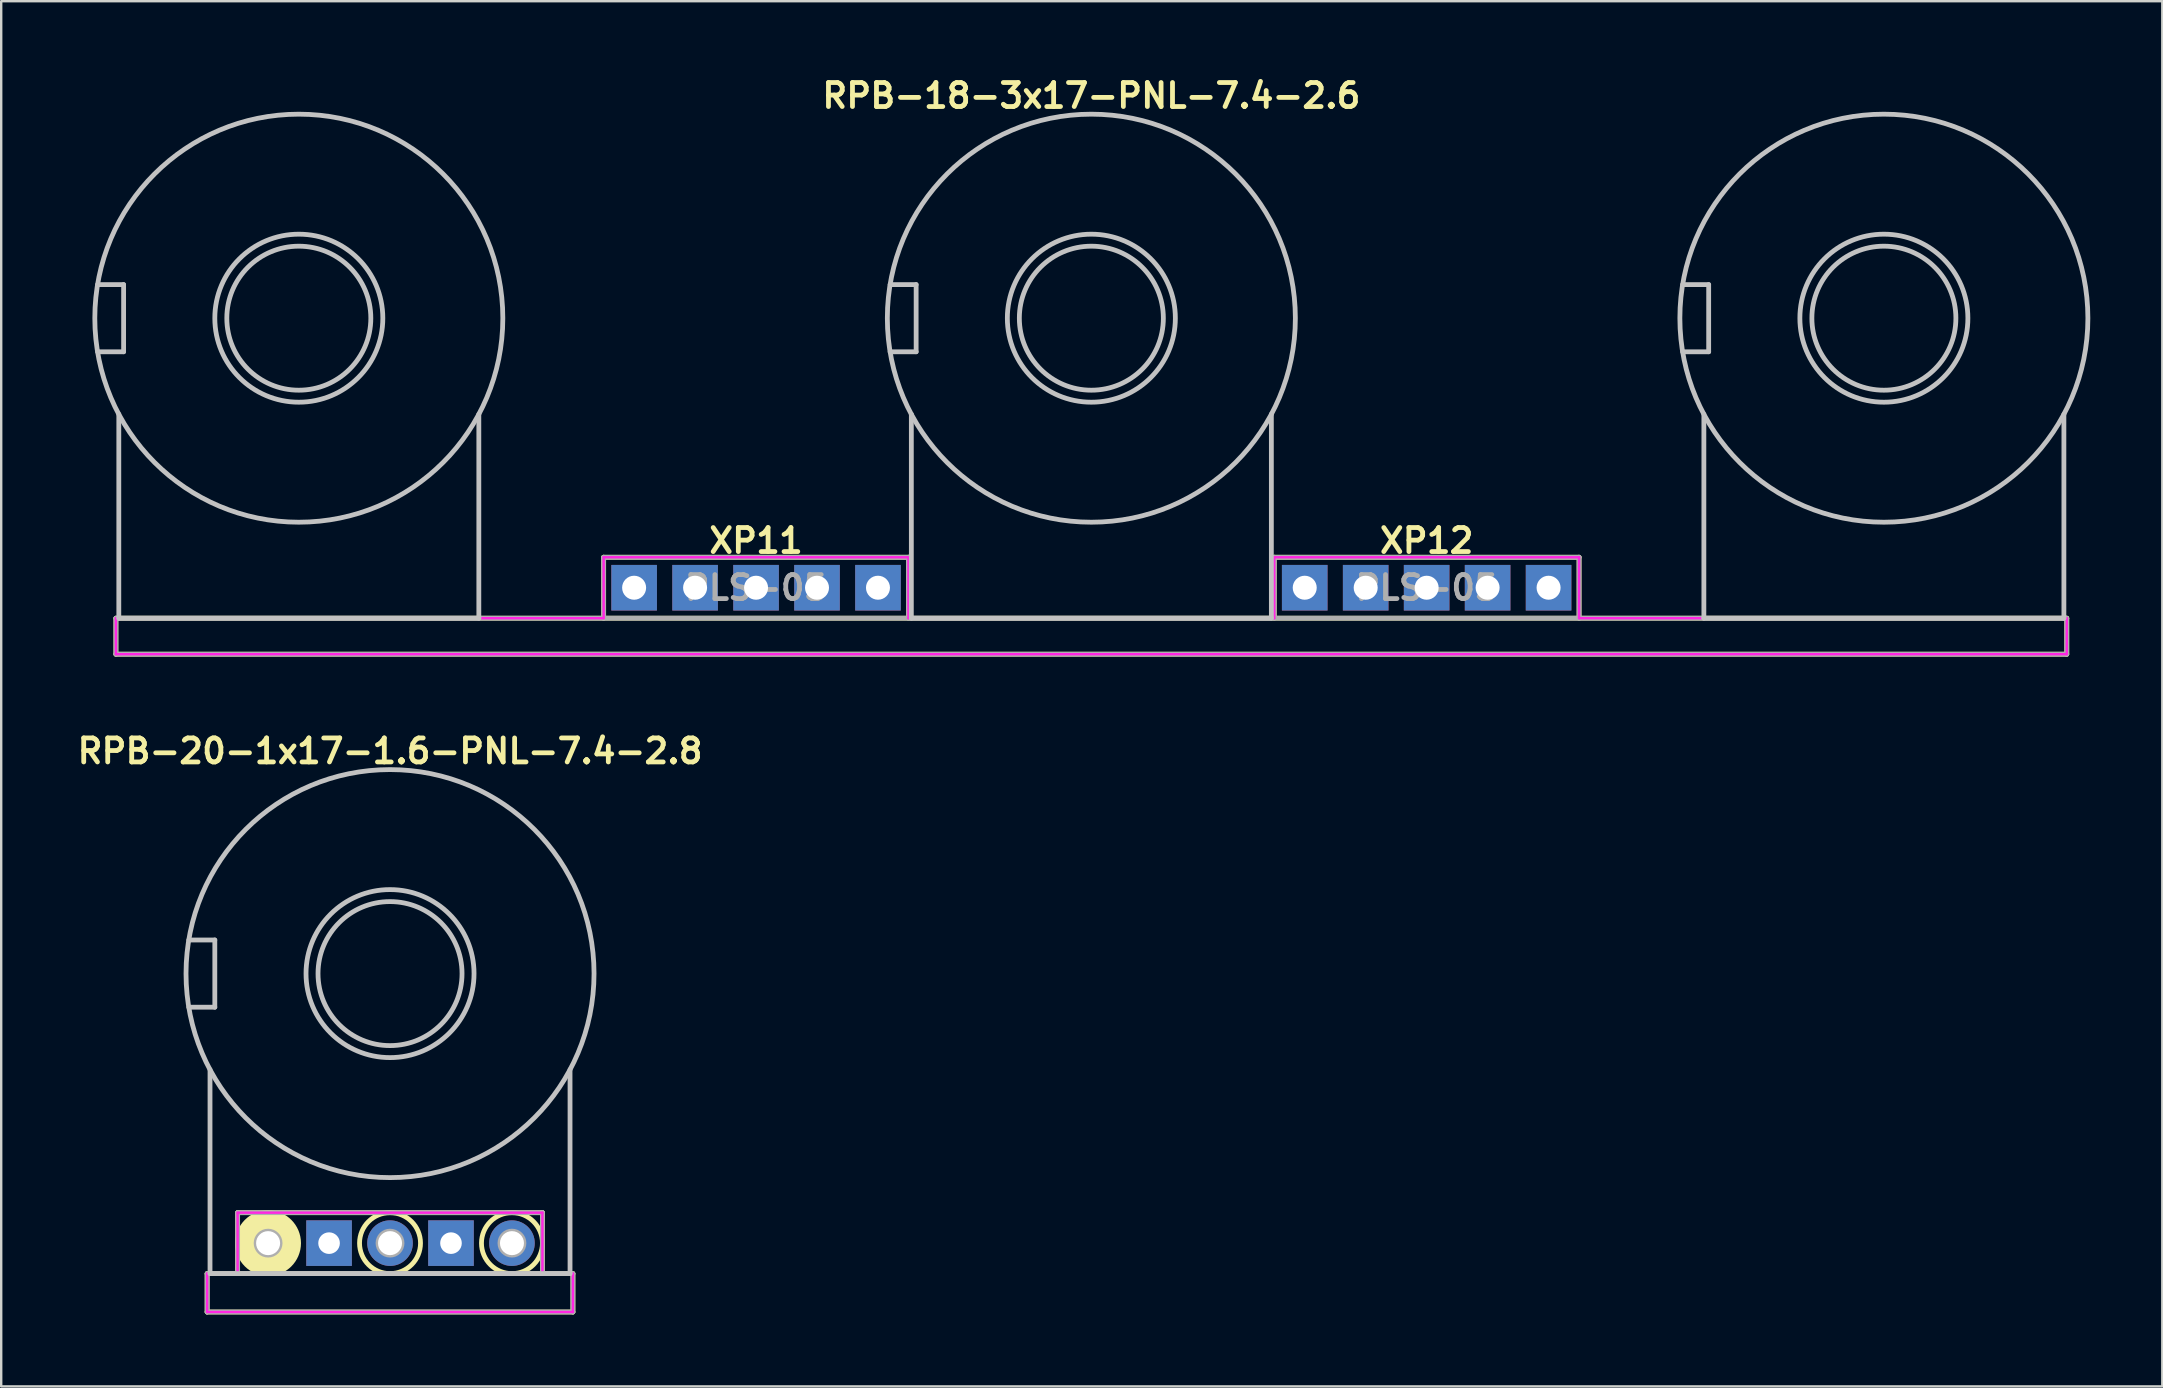
<source format=kicad_pcb>
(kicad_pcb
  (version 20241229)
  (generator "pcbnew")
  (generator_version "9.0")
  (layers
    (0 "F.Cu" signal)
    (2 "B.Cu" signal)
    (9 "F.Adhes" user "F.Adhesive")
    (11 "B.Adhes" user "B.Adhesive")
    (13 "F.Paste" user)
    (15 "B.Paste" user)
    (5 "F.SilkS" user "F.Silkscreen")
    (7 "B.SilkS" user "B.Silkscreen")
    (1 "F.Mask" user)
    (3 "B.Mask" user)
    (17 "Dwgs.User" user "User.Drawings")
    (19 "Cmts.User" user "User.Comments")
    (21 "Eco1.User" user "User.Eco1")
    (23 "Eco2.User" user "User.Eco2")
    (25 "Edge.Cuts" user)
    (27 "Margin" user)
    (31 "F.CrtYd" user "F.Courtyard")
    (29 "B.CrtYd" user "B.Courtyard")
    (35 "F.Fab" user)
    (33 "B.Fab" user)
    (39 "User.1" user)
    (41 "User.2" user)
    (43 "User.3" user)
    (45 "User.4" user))
  (footprint "RPB-20-1x17-1.6-PNL-7.4-2.8"
    (layer "F.Cu")
    (at 13.2 37.514)
    (property "Reference" "RPB-20-1x17-1.6-PNL-7.4-2.8" (at 0 -9.271 0) (layer "F.SilkS") (effects (font (size 1 1) (thickness 0.2))))
    (attr through_hole)
    (fp_line (start -7.62 12.5) (end -7.62 14.1) (stroke (width 0.2) (type solid)) (layer "F.SilkS"))
    (fp_line (start -7.62 12.5) (end 7.62 12.5) (stroke (width 0.2) (type solid)) (layer "F.SilkS"))
    (fp_line (start -7.62 14.1) (end 7.62 14.1) (stroke (width 0.2) (type solid)) (layer "F.SilkS"))
    (fp_line (start -6.35 9.96) (end -6.35 12.5) (stroke (width 0.2) (type solid)) (layer "F.SilkS"))
    (fp_line (start -6.35 9.96) (end 6.35 9.96) (stroke (width 0.2) (type solid)) (layer "F.SilkS"))
    (fp_line (start 6.35 9.96) (end 6.35 12.5) (stroke (width 0.2) (type solid)) (layer "F.SilkS"))
    (fp_line (start 7.62 12.5) (end 7.62 14.1) (stroke (width 0.2) (type solid)) (layer "F.SilkS"))
    (fp_circle (center -5.08 11.23) (end -4.395 11.23) (stroke (width 1.37) (type solid)) (fill no) (layer "F.SilkS"))
    (fp_circle (center 0 11.23) (end 1.27 11.23) (stroke (width 0.2) (type solid)) (fill no) (layer "F.SilkS"))
    (fp_circle (center 5.08 11.23) (end 6.35 11.23) (stroke (width 0.2) (type solid)) (fill no) (layer "F.SilkS"))
    (fp_line (start -8.384 -1.4) (end -7.3 -1.4) (stroke (width 0.2) (type solid)) (layer "Dwgs.User"))
    (fp_line (start -8.384 1.4) (end -7.3 1.4) (stroke (width 0.2) (type solid)) (layer "Dwgs.User"))
    (fp_line (start -7.5 4) (end -7.5 12.5) (stroke (width 0.2) (type solid)) (layer "Dwgs.User"))
    (fp_line (start -7.5 12.5) (end 7.5 12.5) (stroke (width 0.2) (type solid)) (layer "Dwgs.User"))
    (fp_line (start -7.3 -1.4) (end -7.3 1.4) (stroke (width 0.2) (type solid)) (layer "Dwgs.User"))
    (fp_line (start 7.5 4) (end 7.5 12.5) (stroke (width 0.2) (type solid)) (layer "Dwgs.User"))
    (fp_circle (center 0 0) (end 3 0) (stroke (width 0.2) (type solid)) (fill no) (layer "Dwgs.User"))
    (fp_circle (center 0 0) (end 3.5 0) (stroke (width 0.2) (type solid)) (fill no) (layer "Dwgs.User"))
    (fp_circle (center 0 0) (end 8.5 0) (stroke (width 0.2) (type solid)) (fill no) (layer "Dwgs.User"))
    (fp_circle (center -7.9 0) (end -6.5 0) (stroke (width 0.4) (type solid)) (fill no) (layer "Eco1.User"))
    (fp_circle (center 0 0) (end 3.7 0) (stroke (width 0.4) (type solid)) (fill no) (layer "Eco1.User"))
    (fp_line (start -7.62 12.5) (end -7.62 14.1) (stroke (width 0.1) (type solid)) (layer "F.CrtYd"))
    (fp_line (start -7.62 12.5) (end -6.35 12.5) (stroke (width 0.1) (type solid)) (layer "F.CrtYd"))
    (fp_line (start -7.62 14.1) (end 7.62 14.1) (stroke (width 0.1) (type solid)) (layer "F.CrtYd"))
    (fp_line (start -6.35 9.96) (end -6.35 12.5) (stroke (width 0.1) (type solid)) (layer "F.CrtYd"))
    (fp_line (start -6.35 9.96) (end 6.35 9.96) (stroke (width 0.1) (type solid)) (layer "F.CrtYd"))
    (fp_line (start 6.35 9.96) (end 6.35 12.5) (stroke (width 0.1) (type solid)) (layer "F.CrtYd"))
    (fp_line (start 6.35 12.5) (end 7.62 12.5) (stroke (width 0.1) (type solid)) (layer "F.CrtYd"))
    (fp_line (start 7.62 12.5) (end 7.62 14.1) (stroke (width 0.1) (type solid)) (layer "F.CrtYd"))
    (fp_line (start -7.62 12.5) (end -7.62 14.1) (stroke (width 0.2) (type solid)) (layer "F.Fab"))
    (fp_line (start -7.62 12.5) (end 7.62 12.5) (stroke (width 0.2) (type solid)) (layer "F.Fab"))
    (fp_line (start -7.62 14.1) (end 7.62 14.1) (stroke (width 0.2) (type solid)) (layer "F.Fab"))
    (fp_line (start -6.35 9.96) (end -6.35 12.5) (stroke (width 0.2) (type solid)) (layer "F.Fab"))
    (fp_line (start -6.35 9.96) (end 6.35 9.96) (stroke (width 0.2) (type solid)) (layer "F.Fab"))
    (fp_line (start 6.35 9.96) (end 6.35 12.5) (stroke (width 0.2) (type solid)) (layer "F.Fab"))
    (fp_line (start 7.62 12.5) (end 7.62 14.1) (stroke (width 0.2) (type solid)) (layer "F.Fab"))
    (fp_circle (center -5.08 11.23) (end -4.58 11.23) (stroke (width 0.2) (type solid)) (fill no) (layer "F.Fab"))
    (fp_circle (center 0 11.23) (end 0.5 11.23) (stroke (width 0.2) (type solid)) (fill no) (layer "F.Fab"))
    (fp_circle (center 5.08 11.23) (end 5.58 11.23) (stroke (width 0.2) (type solid)) (fill no) (layer "F.Fab"))
    (pad "1" thru_hole circle (at -5.08 11.23) (size 1.9 1.9) (drill 1) (layers "*.Cu" "*.Mask"))
    (pad "2" thru_hole circle (at 0 11.23) (size 1.9 1.9) (drill 1) (layers "*.Cu" "*.Mask"))
    (pad "3" thru_hole circle (at 5.08 11.23) (size 1.9 1.9) (drill 1) (layers "*.Cu" "*.Mask"))
    (pad "NC1" thru_hole rect (at -2.54 11.23) (size 1.9 1.9) (drill 0.9) (layers "*.Cu" "*.Mask"))
    (pad "NC2" thru_hole rect (at 2.54 11.23) (size 1.9 1.9) (drill 0.9) (layers "*.Cu" "*.Mask")))
  (footprint "RPB-18-3x17-PNL-7.4-2.6"
    (layer "F.Cu")
    (at 42.42 10.207)
    (property "Reference" "RPB-18-3x17-PNL-7.4-2.6" (at 0 -9.271 0) (layer "F.SilkS") (effects (font (size 1 1) (thickness 0.2))))
    (attr through_hole)
    (fp_line (start -40.64 12.5) (end -40.64 14) (stroke (width 0.2) (type solid)) (layer "F.SilkS"))
    (fp_line (start -40.64 12.5) (end 40.64 12.5) (stroke (width 0.2) (type solid)) (layer "F.SilkS"))
    (fp_line (start -40.64 14) (end 40.64 14) (stroke (width 0.2) (type solid)) (layer "F.SilkS"))
    (fp_line (start -20.32 9.96) (end -20.32 12.5) (stroke (width 0.2) (type solid)) (layer "F.SilkS"))
    (fp_line (start -20.32 9.96) (end -7.62 9.96) (stroke (width 0.2) (type solid)) (layer "F.SilkS"))
    (fp_line (start -7.62 9.96) (end -7.62 12.5) (stroke (width 0.2) (type solid)) (layer "F.SilkS"))
    (fp_line (start 7.62 9.96) (end 7.62 12.5) (stroke (width 0.2) (type solid)) (layer "F.SilkS"))
    (fp_line (start 7.62 9.96) (end 20.32 9.96) (stroke (width 0.2) (type solid)) (layer "F.SilkS"))
    (fp_line (start 20.32 9.96) (end 20.32 12.5) (stroke (width 0.2) (type solid)) (layer "F.SilkS"))
    (fp_line (start 40.64 12.5) (end 40.64 14) (stroke (width 0.2) (type solid)) (layer "F.SilkS"))
    (fp_line (start -41.404 -1.4) (end -40.32 -1.4) (stroke (width 0.2) (type solid)) (layer "Dwgs.User"))
    (fp_line (start -41.404 1.4) (end -40.32 1.4) (stroke (width 0.2) (type solid)) (layer "Dwgs.User"))
    (fp_line (start -40.52 4) (end -40.52 12.5) (stroke (width 0.2) (type solid)) (layer "Dwgs.User"))
    (fp_line (start -40.52 12.5) (end -25.52 12.5) (stroke (width 0.2) (type solid)) (layer "Dwgs.User"))
    (fp_line (start -40.32 -1.4) (end -40.32 1.4) (stroke (width 0.2) (type solid)) (layer "Dwgs.User"))
    (fp_line (start -25.52 4) (end -25.52 12.5) (stroke (width 0.2) (type solid)) (layer "Dwgs.User"))
    (fp_line (start -8.384 -1.4) (end -7.3 -1.4) (stroke (width 0.2) (type solid)) (layer "Dwgs.User"))
    (fp_line (start -8.384 1.4) (end -7.3 1.4) (stroke (width 0.2) (type solid)) (layer "Dwgs.User"))
    (fp_line (start -7.5 4) (end -7.5 12.5) (stroke (width 0.2) (type solid)) (layer "Dwgs.User"))
    (fp_line (start -7.5 12.5) (end 7.5 12.5) (stroke (width 0.2) (type solid)) (layer "Dwgs.User"))
    (fp_line (start -7.3 -1.4) (end -7.3 1.4) (stroke (width 0.2) (type solid)) (layer "Dwgs.User"))
    (fp_line (start 7.5 4) (end 7.5 12.5) (stroke (width 0.2) (type solid)) (layer "Dwgs.User"))
    (fp_line (start 24.636 -1.4) (end 25.72 -1.4) (stroke (width 0.2) (type solid)) (layer "Dwgs.User"))
    (fp_line (start 24.636 1.4) (end 25.72 1.4) (stroke (width 0.2) (type solid)) (layer "Dwgs.User"))
    (fp_line (start 25.52 4) (end 25.52 12.5) (stroke (width 0.2) (type solid)) (layer "Dwgs.User"))
    (fp_line (start 25.52 12.5) (end 40.52 12.5) (stroke (width 0.2) (type solid)) (layer "Dwgs.User"))
    (fp_line (start 25.72 -1.4) (end 25.72 1.4) (stroke (width 0.2) (type solid)) (layer "Dwgs.User"))
    (fp_line (start 40.52 4) (end 40.52 12.5) (stroke (width 0.2) (type solid)) (layer "Dwgs.User"))
    (fp_circle (center -33.02 0) (end -30.02 0) (stroke (width 0.2) (type solid)) (fill no) (layer "Dwgs.User"))
    (fp_circle (center -33.02 0) (end -29.52 0) (stroke (width 0.2) (type solid)) (fill no) (layer "Dwgs.User"))
    (fp_circle (center -33.02 0) (end -24.52 0) (stroke (width 0.2) (type solid)) (fill no) (layer "Dwgs.User"))
    (fp_circle (center 0 0) (end 3 0) (stroke (width 0.2) (type solid)) (fill no) (layer "Dwgs.User"))
    (fp_circle (center 0 0) (end 3.5 0) (stroke (width 0.2) (type solid)) (fill no) (layer "Dwgs.User"))
    (fp_circle (center 0 0) (end 8.5 0) (stroke (width 0.2) (type solid)) (fill no) (layer "Dwgs.User"))
    (fp_circle (center 33.02 0) (end 36.02 0) (stroke (width 0.2) (type solid)) (fill no) (layer "Dwgs.User"))
    (fp_circle (center 33.02 0) (end 36.52 0) (stroke (width 0.2) (type solid)) (fill no) (layer "Dwgs.User"))
    (fp_circle (center 33.02 0) (end 41.52 0) (stroke (width 0.2) (type solid)) (fill no) (layer "Dwgs.User"))
    (fp_circle (center -40.92 0) (end -39.62 0) (stroke (width 0.4) (type solid)) (fill no) (layer "Eco1.User"))
    (fp_circle (center -33.02 0) (end -29.32 0) (stroke (width 0.4) (type solid)) (fill no) (layer "Eco1.User"))
    (fp_circle (center -7.9 0) (end -6.6 0) (stroke (width 0.4) (type solid)) (fill no) (layer "Eco1.User"))
    (fp_circle (center 0 0) (end 3.7 0) (stroke (width 0.4) (type solid)) (fill no) (layer "Eco1.User"))
    (fp_circle (center 25.12 0) (end 26.42 0) (stroke (width 0.4) (type solid)) (fill no) (layer "Eco1.User"))
    (fp_circle (center 33.02 0) (end 36.72 0) (stroke (width 0.4) (type solid)) (fill no) (layer "Eco1.User"))
    (fp_line (start -40.64 12.5) (end -40.64 14) (stroke (width 0.1) (type solid)) (layer "F.CrtYd"))
    (fp_line (start -40.64 12.5) (end -20.32 12.5) (stroke (width 0.1) (type solid)) (layer "F.CrtYd"))
    (fp_line (start -40.64 14) (end 40.64 14) (stroke (width 0.1) (type solid)) (layer "F.CrtYd"))
    (fp_line (start -20.32 9.96) (end -20.32 12.5) (stroke (width 0.1) (type solid)) (layer "F.CrtYd"))
    (fp_line (start -20.32 9.96) (end -7.62 9.96) (stroke (width 0.1) (type solid)) (layer "F.CrtYd"))
    (fp_line (start -7.62 9.96) (end -7.62 12.5) (stroke (width 0.1) (type solid)) (layer "F.CrtYd"))
    (fp_line (start -7.62 12.5) (end 7.62 12.5) (stroke (width 0.1) (type solid)) (layer "F.CrtYd"))
    (fp_line (start 7.62 9.96) (end 7.62 12.5) (stroke (width 0.1) (type solid)) (layer "F.CrtYd"))
    (fp_line (start 7.62 9.96) (end 20.32 9.96) (stroke (width 0.1) (type solid)) (layer "F.CrtYd"))
    (fp_line (start 20.32 9.96) (end 20.32 12.5) (stroke (width 0.1) (type solid)) (layer "F.CrtYd"))
    (fp_line (start 20.32 12.5) (end 40.64 12.5) (stroke (width 0.1) (type solid)) (layer "F.CrtYd"))
    (fp_line (start 40.64 12.5) (end 40.64 14) (stroke (width 0.1) (type solid)) (layer "F.CrtYd"))
    (fp_line (start -40.64 12.5) (end -40.64 14) (stroke (width 0.2) (type solid)) (layer "F.Fab"))
    (fp_line (start -40.64 12.5) (end 40.64 12.5) (stroke (width 0.2) (type solid)) (layer "F.Fab"))
    (fp_line (start -40.64 14) (end 40.64 14) (stroke (width 0.2) (type solid)) (layer "F.Fab"))
    (fp_line (start -20.32 9.96) (end -20.32 12.5) (stroke (width 0.2) (type solid)) (layer "F.Fab"))
    (fp_line (start -20.32 9.96) (end -7.62 9.96) (stroke (width 0.2) (type solid)) (layer "F.Fab"))
    (fp_line (start -7.62 9.96) (end -7.62 12.5) (stroke (width 0.2) (type solid)) (layer "F.Fab"))
    (fp_line (start 7.62 9.96) (end 7.62 12.5) (stroke (width 0.2) (type solid)) (layer "F.Fab"))
    (fp_line (start 7.62 9.96) (end 20.32 9.96) (stroke (width 0.2) (type solid)) (layer "F.Fab"))
    (fp_line (start 20.32 9.96) (end 20.32 12.5) (stroke (width 0.2) (type solid)) (layer "F.Fab"))
    (fp_line (start 40.64 12.5) (end 40.64 14) (stroke (width 0.2) (type solid)) (layer "F.Fab"))
    (fp_text user "XP12" (at 13.97 9.271 0) (layer "F.SilkS") (effects (font (size 1 1) (thickness 0.2))))
    (fp_text user "XP11" (at -13.97 9.271 0) (layer "F.SilkS") (effects (font (size 1 1) (thickness 0.2))))
    (fp_text user "PLS-05" (at 13.97 11.23 0) (layer "F.Fab") (effects (font (size 1 1) (thickness 0.2))))
    (fp_text user "PLS-05" (at -13.97 11.23 0) (layer "F.Fab") (effects (font (size 1 1) (thickness 0.2))))
    (pad "11" thru_hole rect (at -13.97 11.23) (size 1.9 1.9) (drill 1) (layers "*.Cu" "*.Mask"))
    (pad "12" thru_hole rect (at -16.51 11.23) (size 1.9 1.9) (drill 1) (layers "*.Cu" "*.Mask"))
    (pad "13" thru_hole rect (at -19.05 11.23) (size 1.9 1.9) (drill 1) (layers "*.Cu" "*.Mask"))
    (pad "21" thru_hole rect (at -11.43 11.23) (size 1.9 1.9) (drill 1) (layers "*.Cu" "*.Mask"))
    (pad "22" thru_hole rect (at -8.89 11.23) (size 1.9 1.9) (drill 1) (layers "*.Cu" "*.Mask"))
    (pad "22" thru_hole rect (at 8.89 11.23) (size 1.9 1.9) (drill 1) (layers "*.Cu" "*.Mask"))
    (pad "23" thru_hole rect (at 11.43 11.23) (size 1.9 1.9) (drill 1) (layers "*.Cu" "*.Mask"))
    (pad "31" thru_hole rect (at 19.05 11.23) (size 1.9 1.9) (drill 1) (layers "*.Cu" "*.Mask"))
    (pad "32" thru_hole rect (at 16.51 11.23) (size 1.9 1.9) (drill 1) (layers "*.Cu" "*.Mask"))
    (pad "33" thru_hole rect (at 13.97 11.23) (size 1.9 1.9) (drill 1) (layers "*.Cu" "*.Mask")))
  (gr_rect
    (start -3 -3)
    (end 87.04 54.714)
    (stroke (width 0.1) (type default))
    (fill no)
    (layer "Edge.Cuts")))
</source>
